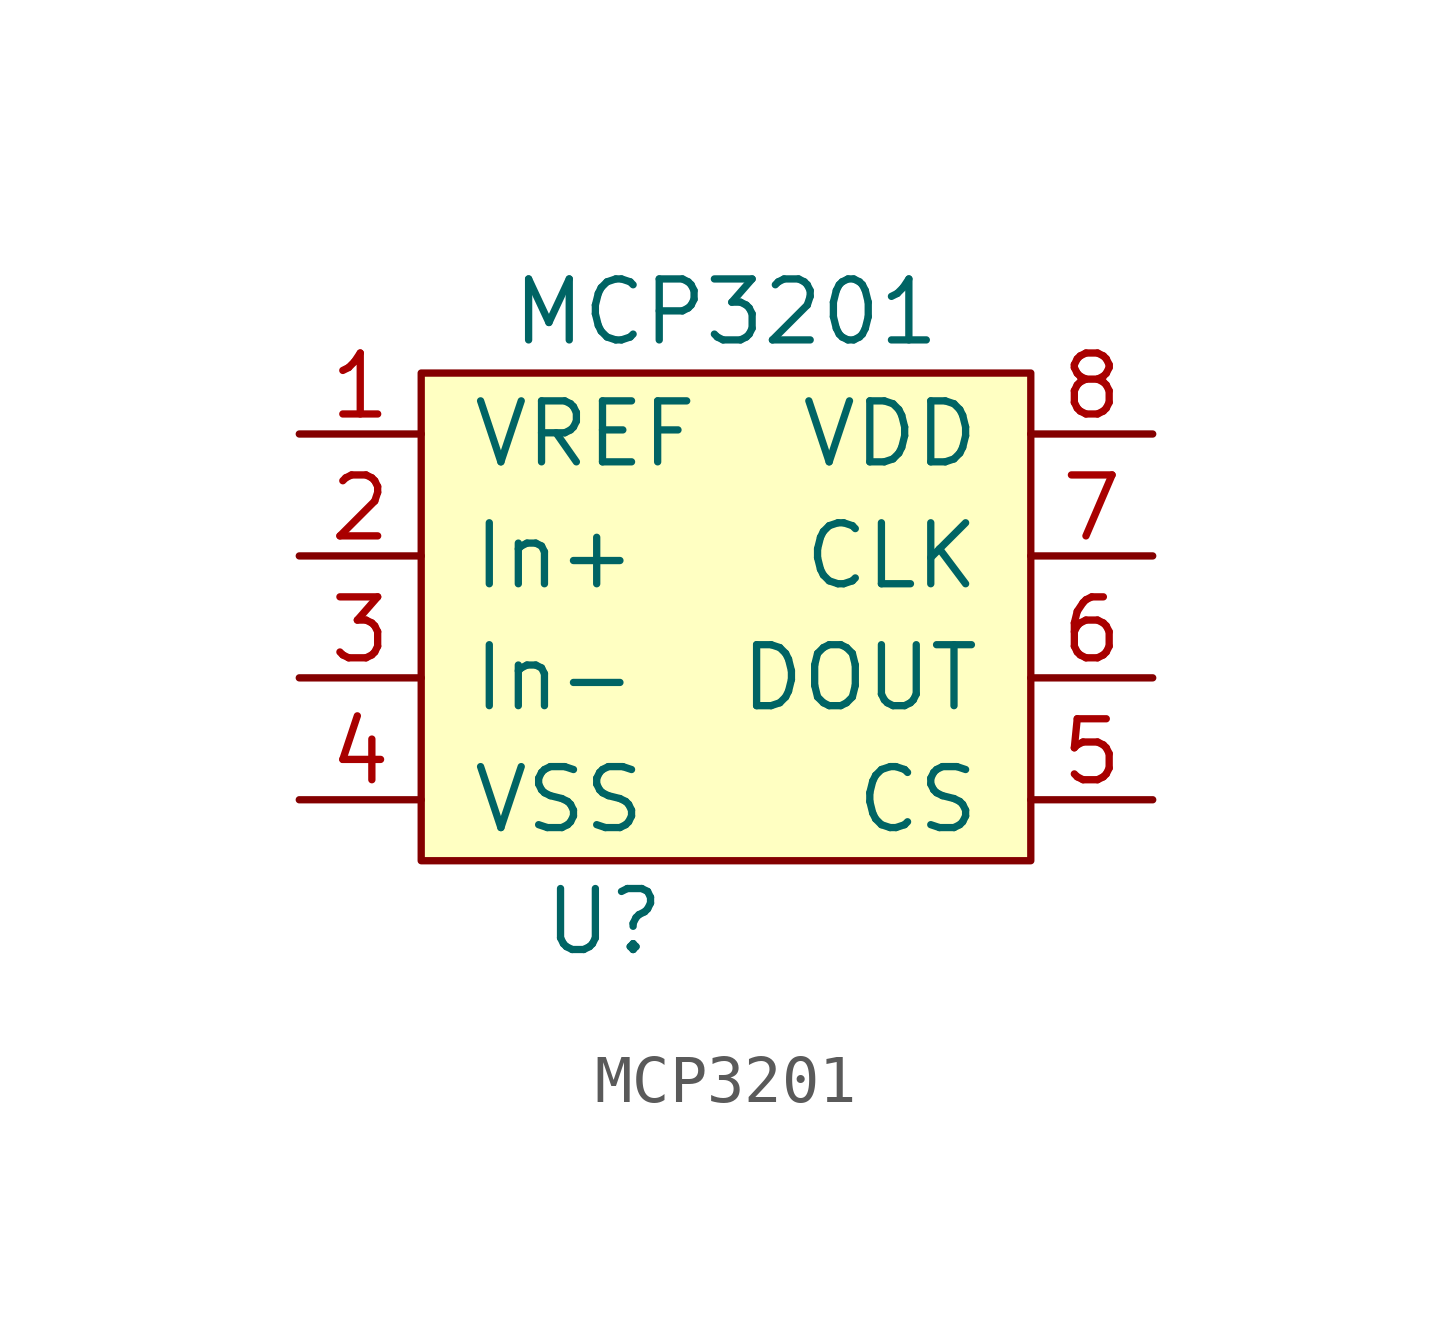
<source format=kicad_sym>
(kicad_symbol_lib
  (version 20241209)
  (generator "kicad_symbol_editor")
  (generator_version "9.0")
  (symbol "MCP3201"
    (pin_names
      (offset 1.016))
    (property "Reference" "U"
      (at -2.54 -6.35 0)
      (effects (font (size 1.27 1.27))))
    (property "Value" "MCP3201"
      (at 0 6.35 0)
      (effects (font (size 1.27 1.27))))
    (symbol "MCP3201_0_1"
      (rectangle (start -6.35 5.08) (end 6.35 -5.08) (stroke (width 0) (type solid)) (fill (type background))))
    (symbol "MCP3201_1_1"
      (pin input line (at -8.89 3.81 0) (length 2.54) (name "VREF" (effects (font (size 1.27 1.27)))) (number "1" (effects (font (size 1.27 1.27)))))
      (pin input line (at -8.89 1.27 0) (length 2.54) (name "In+" (effects (font (size 1.27 1.27)))) (number "2" (effects (font (size 1.27 1.27)))))
      (pin input line (at -8.89 -1.27 0) (length 2.54) (name "In-" (effects (font (size 1.27 1.27)))) (number "3" (effects (font (size 1.27 1.27)))))
      (pin input line (at -8.89 -3.81 0) (length 2.54) (name "VSS" (effects (font (size 1.27 1.27)))) (number "4" (effects (font (size 1.27 1.27)))))
      (pin input line (at 8.89 3.81 180) (length 2.54) (name "VDD" (effects (font (size 1.27 1.27)))) (number "8" (effects (font (size 1.27 1.27)))))
      (pin input line (at 8.89 1.27 180) (length 2.54) (name "CLK" (effects (font (size 1.27 1.27)))) (number "7" (effects (font (size 1.27 1.27)))))
      (pin input line (at 8.89 -1.27 180) (length 2.54) (name "DOUT" (effects (font (size 1.27 1.27)))) (number "6" (effects (font (size 1.27 1.27)))))
      (pin input line (at 8.89 -3.81 180) (length 2.54) (name "CS" (effects (font (size 1.27 1.27)))) (number "5" (effects (font (size 1.27 1.27))))))))
</source>
